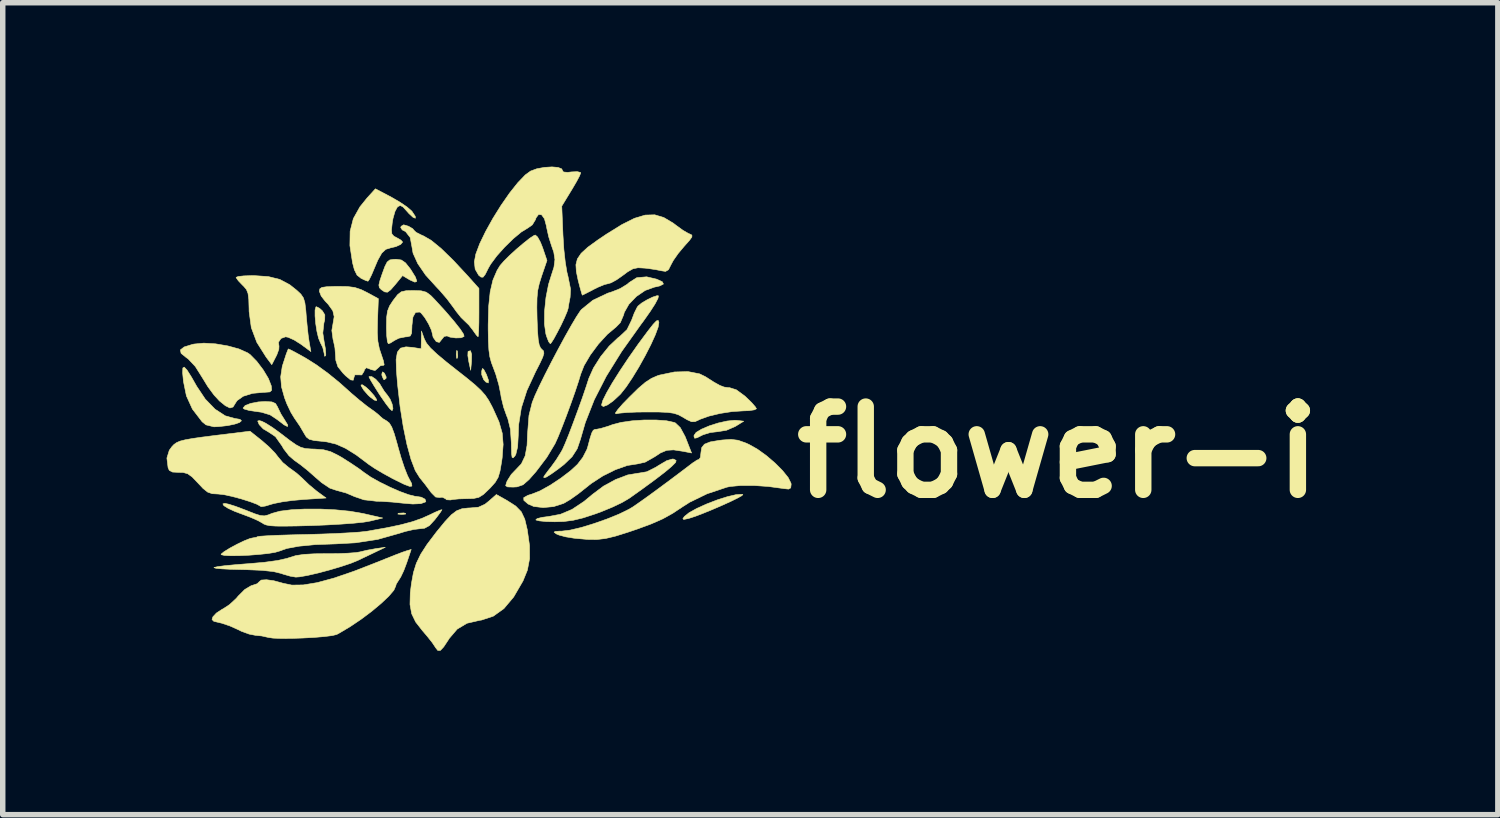
<source format=kicad_pcb>
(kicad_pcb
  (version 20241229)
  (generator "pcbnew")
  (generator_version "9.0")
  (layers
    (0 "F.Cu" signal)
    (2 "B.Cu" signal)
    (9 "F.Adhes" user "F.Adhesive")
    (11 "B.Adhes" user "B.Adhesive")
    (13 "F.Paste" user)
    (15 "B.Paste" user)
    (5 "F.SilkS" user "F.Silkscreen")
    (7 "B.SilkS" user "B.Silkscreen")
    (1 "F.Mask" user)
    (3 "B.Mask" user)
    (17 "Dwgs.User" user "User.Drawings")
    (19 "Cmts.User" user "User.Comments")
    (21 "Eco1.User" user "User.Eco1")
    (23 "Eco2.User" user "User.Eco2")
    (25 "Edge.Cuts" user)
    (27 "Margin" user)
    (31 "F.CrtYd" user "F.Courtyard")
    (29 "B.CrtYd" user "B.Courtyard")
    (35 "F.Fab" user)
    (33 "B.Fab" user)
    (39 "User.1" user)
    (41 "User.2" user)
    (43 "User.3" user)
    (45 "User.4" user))
  (footprint "flower-i"
    (layer "F.Cu")
    (at 5.717 4.427)
    (property "Reference" "flower-i" (at 10.6 0.8 0) (layer "F.SilkS") (effects (font (size 1.524 1.524) (thickness 0.3))))
    (attr through_hole)
    (fp_poly (pts (xy -1.731 -0.647) (xy -1.698 -0.578) (xy -1.7 -0.551) (xy -1.734 -0.525) (xy -1.747 -0.534) (xy -1.775 -0.6) (xy -1.778 -0.629) (xy -1.765 -0.67) (xy -1.731 -0.647)) (stroke (width 0.01) (type solid)) (fill yes) (layer "F.SilkS"))
    (fp_poly (pts (xy -1.343 1.92) (xy -1.342 1.933) (xy -1.408 1.939) (xy -1.418 1.939) (xy -1.484 1.933) (xy -1.478 1.92) (xy -1.47 1.918) (xy -1.378 1.912) (xy -1.343 1.92)) (stroke (width 0.01) (type solid)) (fill yes) (layer "F.SilkS"))
    (fp_poly (pts (xy -0.396 -1.054) (xy -0.394 -1.047) (xy -0.388 -0.955) (xy -0.396 -0.92) (xy -0.409 -0.919) (xy -0.415 -0.985) (xy -0.415 -0.995) (xy -0.409 -1.06) (xy -0.396 -1.054)) (stroke (width 0.01) (type solid)) (fill yes) (layer "F.SilkS"))
    (fp_poly (pts (xy -0.134 -0.992) (xy -0.136 -0.861) (xy -0.151 -0.699) (xy -0.186 -0.859) (xy -0.203 -0.968) (xy -0.2 -1.039) (xy -0.196 -1.046) (xy -0.154 -1.057) (xy -0.134 -0.992)) (stroke (width 0.01) (type solid)) (fill yes) (layer "F.SilkS"))
    (fp_poly (pts (xy 0.086 -0.718) (xy 0.13 -0.635) (xy 0.137 -0.621) (xy 0.175 -0.516) (xy 0.171 -0.467) (xy 0.127 -0.484) (xy 0.087 -0.527) (xy 0.051 -0.617) (xy 0.05 -0.682) (xy 0.063 -0.731) (xy 0.086 -0.718)) (stroke (width 0.01) (type solid)) (fill yes) (layer "F.SilkS"))
    (fp_poly (pts (xy -2.066 -0.388) (xy -2.002 -0.329) (xy -1.92 -0.236) (xy -1.875 -0.167) (xy -1.873 -0.144) (xy -1.917 -0.154) (xy -1.994 -0.212) (xy -2.03 -0.246) (xy -2.11 -0.338) (xy -2.155 -0.413) (xy -2.159 -0.43) (xy -2.133 -0.434) (xy -2.066 -0.388)) (stroke (width 0.01) (type solid)) (fill yes) (layer "F.SilkS"))
    (fp_poly (pts (xy 4.721 0.218) (xy 4.847 0.233) (xy 4.694 0.328) (xy 4.531 0.399) (xy 4.377 0.424) (xy 4.232 0.441) (xy 4.101 0.482) (xy 4.091 0.487) (xy 3.993 0.536) (xy 3.949 0.545) (xy 3.937 0.515) (xy 3.937 0.493) (xy 3.975 0.439) (xy 4.076 0.378) (xy 4.218 0.318) (xy 4.38 0.266) (xy 4.542 0.23) (xy 4.681 0.216) (xy 4.721 0.218)) (stroke (width 0.01) (type solid)) (fill yes) (layer "F.SilkS"))
    (fp_poly (pts (xy -1.888 -0.534) (xy -1.818 -0.455) (xy -1.799 -0.422) (xy -1.734 -0.316) (xy -1.675 -0.242) (xy -1.626 -0.17) (xy -1.589 -0.08) (xy -1.574 -0.000282) (xy -1.588 0.039) (xy -1.593 0.039) (xy -1.632 0.005) (xy -1.702 -0.085) (xy -1.791 -0.213) (xy -1.827 -0.267) (xy -1.915 -0.406) (xy -1.98 -0.514) (xy -2.012 -0.575) (xy -2.013 -0.583) (xy -1.962 -0.584) (xy -1.888 -0.534)) (stroke (width 0.01) (type solid)) (fill yes) (layer "F.SilkS"))
    (fp_poly (pts (xy 4.831 1.575) (xy 4.813 1.596) (xy 4.734 1.64) (xy 4.608 1.702) (xy 4.451 1.773) (xy 4.282 1.846) (xy 4.114 1.915) (xy 3.966 1.972) (xy 3.853 2.009) (xy 3.831 2.015) (xy 3.748 2.032) (xy 3.733 2.017) (xy 3.761 1.977) (xy 3.848 1.907) (xy 3.991 1.828) (xy 4.169 1.748) (xy 4.361 1.674) (xy 4.547 1.615) (xy 4.705 1.578) (xy 4.814 1.571) (xy 4.831 1.575)) (stroke (width 0.01) (type solid)) (fill yes) (layer "F.SilkS"))
    (fp_poly (pts (xy -3.79 -0.12) (xy -3.724 -0.091) (xy -3.685 -0.026) (xy -3.681 -0.016) (xy -3.625 0.1) (xy -3.552 0.217) (xy -3.499 0.304) (xy -3.505 0.331) (xy -3.568 0.299) (xy -3.685 0.209) (xy -3.687 0.207) (xy -3.823 0.117) (xy -3.98 0.069) (xy -4.079 0.055) (xy -4.208 0.036) (xy -4.295 0.011) (xy -4.318 -0.007) (xy -4.279 -0.054) (xy -4.178 -0.093) (xy -4.037 -0.12) (xy -3.912 -0.127) (xy -3.79 -0.12)) (stroke (width 0.01) (type solid)) (fill yes) (layer "F.SilkS"))
    (fp_poly (pts (xy -2.918 -1.834) (xy -2.865 -1.786) (xy -2.821 -1.713) (xy -2.823 -1.621) (xy -2.838 -1.564) (xy -2.858 -1.382) (xy -2.833 -1.218) (xy -2.81 -1.09) (xy -2.803 -0.991) (xy -2.808 -0.964) (xy -2.825 -0.956) (xy -2.833 -1.007) (xy -2.859 -1.117) (xy -2.901 -1.202) (xy -2.936 -1.286) (xy -2.966 -1.412) (xy -2.988 -1.555) (xy -3 -1.693) (xy -3 -1.802) (xy -2.984 -1.859) (xy -2.976 -1.863) (xy -2.918 -1.834)) (stroke (width 0.01) (type solid)) (fill yes) (layer "F.SilkS"))
    (fp_poly (pts (xy -5.342 -0.701) (xy -5.26 -0.571) (xy -5.167 -0.407) (xy -5.01 -0.172) (xy -4.832 0.012) (xy -4.645 0.134) (xy -4.475 0.182) (xy -4.374 0.199) (xy -4.347 0.225) (xy -4.382 0.256) (xy -4.469 0.286) (xy -4.596 0.313) (xy -4.754 0.331) (xy -4.85 0.336) (xy -4.997 0.3) (xy -5.067 0.243) (xy -5.245 0.011) (xy -5.355 -0.231) (xy -5.409 -0.496) (xy -5.424 -0.653) (xy -5.42 -0.741) (xy -5.394 -0.757) (xy -5.342 -0.701)) (stroke (width 0.01) (type solid)) (fill yes) (layer "F.SilkS"))
    (fp_poly (pts (xy -1.421 -2.718) (xy -1.346 -2.667) (xy -1.261 -2.561) (xy -1.246 -2.54) (xy -1.162 -2.404) (xy -1.137 -2.328) (xy -1.172 -2.312) (xy -1.267 -2.354) (xy -1.273 -2.358) (xy -1.398 -2.432) (xy -1.527 -2.274) (xy -1.616 -2.172) (xy -1.675 -2.128) (xy -1.726 -2.134) (xy -1.785 -2.173) (xy -1.822 -2.21) (xy -1.832 -2.259) (xy -1.812 -2.343) (xy -1.775 -2.453) (xy -1.722 -2.598) (xy -1.68 -2.681) (xy -1.632 -2.719) (xy -1.562 -2.73) (xy -1.511 -2.731) (xy -1.421 -2.718)) (stroke (width 0.01) (type solid)) (fill yes) (layer "F.SilkS"))
    (fp_poly (pts (xy 3.294 -1.576) (xy 3.28 -1.488) (xy 3.228 -1.347) (xy 3.146 -1.167) (xy 3.043 -0.966) (xy 2.928 -0.759) (xy 2.809 -0.564) (xy 2.696 -0.395) (xy 2.597 -0.27) (xy 2.581 -0.253) (xy 2.458 -0.139) (xy 2.352 -0.064) (xy 2.276 -0.035) (xy 2.244 -0.059) (xy 2.244 -0.065) (xy 2.268 -0.148) (xy 2.337 -0.287) (xy 2.443 -0.471) (xy 2.58 -0.688) (xy 2.74 -0.928) (xy 2.916 -1.179) (xy 3.091 -1.415) (xy 3.189 -1.54) (xy 3.249 -1.603) (xy 3.281 -1.612) (xy 3.294 -1.576)) (stroke (width 0.01) (type solid)) (fill yes) (layer "F.SilkS"))
    (fp_poly (pts (xy -4.82 -1.183) (xy -4.596 -1.145) (xy -4.392 -1.089) (xy -4.234 -1.018) (xy -4.189 -0.987) (xy -4.067 -0.863) (xy -3.949 -0.707) (xy -3.854 -0.549) (xy -3.802 -0.416) (xy -3.801 -0.409) (xy -3.794 -0.335) (xy -3.827 -0.303) (xy -3.921 -0.296) (xy -3.932 -0.296) (xy -4.143 -0.277) (xy -4.314 -0.224) (xy -4.427 -0.144) (xy -4.454 -0.103) (xy -4.501 -0.027) (xy -4.558 -0.009) (xy -4.641 -0.05) (xy -4.75 -0.138) (xy -4.85 -0.247) (xy -4.962 -0.399) (xy -5.06 -0.559) (xy -5.192 -0.769) (xy -5.323 -0.908) (xy -5.36 -0.934) (xy -5.452 -1.009) (xy -5.465 -1.072) (xy -5.396 -1.126) (xy -5.244 -1.173) (xy -5.216 -1.179) (xy -5.036 -1.196) (xy -4.82 -1.183)) (stroke (width 0.01) (type solid)) (fill yes) (layer "F.SilkS"))
    (fp_poly (pts (xy 3.568 0.928) (xy 3.61 0.952) (xy 3.599 0.989) (xy 3.528 1.06) (xy 3.526 1.062) (xy 3.402 1.166) (xy 3.219 1.306) (xy 2.99 1.474) (xy 2.748 1.646) (xy 2.622 1.72) (xy 2.444 1.805) (xy 2.243 1.888) (xy 2.135 1.928) (xy 1.906 2.003) (xy 1.723 2.047) (xy 1.553 2.069) (xy 1.389 2.074) (xy 1.232 2.07) (xy 1.109 2.058) (xy 1.045 2.042) (xy 1.041 2.038) (xy 1.067 2.015) (xy 1.157 1.993) (xy 1.271 1.978) (xy 1.492 1.937) (xy 1.703 1.848) (xy 1.923 1.702) (xy 2.082 1.57) (xy 2.281 1.421) (xy 2.503 1.3) (xy 2.722 1.217) (xy 2.912 1.185) (xy 2.917 1.185) (xy 3.071 1.159) (xy 3.239 1.075) (xy 3.287 1.044) (xy 3.436 0.956) (xy 3.542 0.925) (xy 3.568 0.928)) (stroke (width 0.01) (type solid)) (fill yes) (layer "F.SilkS"))
    (fp_poly (pts (xy -4.581 1.752) (xy -4.457 1.791) (xy -4.303 1.849) (xy -4.266 1.863) (xy -4.108 1.926) (xy -4.004 1.959) (xy -3.929 1.966) (xy -3.859 1.949) (xy -3.785 1.919) (xy -3.642 1.88) (xy -3.434 1.854) (xy -3.183 1.841) (xy -2.907 1.841) (xy -2.627 1.855) (xy -2.362 1.881) (xy -2.131 1.921) (xy -2.119 1.923) (xy -1.761 2.005) (xy -1.992 2.061) (xy -2.108 2.081) (xy -2.29 2.1) (xy -2.521 2.117) (xy -2.783 2.132) (xy -3.048 2.143) (xy -3.339 2.151) (xy -3.557 2.154) (xy -3.714 2.153) (xy -3.823 2.146) (xy -3.895 2.132) (xy -3.942 2.113) (xy -3.958 2.101) (xy -4.043 2.053) (xy -4.177 1.994) (xy -4.301 1.947) (xy -4.465 1.886) (xy -4.591 1.828) (xy -4.669 1.779) (xy -4.687 1.747) (xy -4.651 1.737) (xy -4.581 1.752)) (stroke (width 0.01) (type solid)) (fill yes) (layer "F.SilkS"))
    (fp_poly (pts (xy -1.29 -3.336) (xy -1.29 -3.336) (xy -1.213 -3.291) (xy -1.185 -3.257) (xy -1.15 -3.224) (xy -1.06 -3.178) (xy -1.014 -3.158) (xy -0.874 -3.077) (xy -0.693 -2.929) (xy -0.47 -2.712) (xy -0.203 -2.425) (xy -0.18 -2.399) (xy 0 -2.198) (xy 0 -1.755) (xy -0.001 -1.573) (xy -0.005 -1.427) (xy -0.011 -1.335) (xy -0.016 -1.312) (xy -0.048 -1.344) (xy -0.103 -1.421) (xy -0.108 -1.429) (xy -0.186 -1.529) (xy -0.26 -1.6) (xy -0.327 -1.665) (xy -0.414 -1.774) (xy -0.471 -1.854) (xy -0.584 -2.005) (xy -0.719 -2.162) (xy -0.781 -2.227) (xy -0.976 -2.442) (xy -1.12 -2.652) (xy -1.206 -2.842) (xy -1.228 -2.968) (xy -1.258 -3.129) (xy -1.343 -3.238) (xy -1.404 -3.269) (xy -1.432 -3.312) (xy -1.424 -3.335) (xy -1.378 -3.362) (xy -1.29 -3.336)) (stroke (width 0.01) (type solid)) (fill yes) (layer "F.SilkS"))
    (fp_poly (pts (xy -4.117 -2.432) (xy -3.854 -2.414) (xy -3.645 -2.362) (xy -3.463 -2.265) (xy -3.337 -2.165) (xy -3.26 -2.093) (xy -3.213 -2.024) (xy -3.186 -1.934) (xy -3.169 -1.796) (xy -3.162 -1.705) (xy -3.145 -1.52) (xy -3.126 -1.343) (xy -3.107 -1.213) (xy -3.106 -1.208) (xy -3.076 -1.041) (xy -3.261 -1.177) (xy -3.383 -1.254) (xy -3.492 -1.303) (xy -3.539 -1.312) (xy -3.623 -1.282) (xy -3.67 -1.212) (xy -3.66 -1.14) (xy -3.663 -1.083) (xy -3.699 -0.984) (xy -3.715 -0.952) (xy -3.792 -0.802) (xy -3.896 -0.941) (xy -4.066 -1.211) (xy -4.167 -1.48) (xy -4.207 -1.774) (xy -4.208 -1.827) (xy -4.213 -1.996) (xy -4.227 -2.105) (xy -4.256 -2.178) (xy -4.308 -2.239) (xy -4.329 -2.259) (xy -4.404 -2.337) (xy -4.444 -2.394) (xy -4.445 -2.4) (xy -4.406 -2.416) (xy -4.303 -2.427) (xy -4.156 -2.432) (xy -4.117 -2.432)) (stroke (width 0.01) (type solid)) (fill yes) (layer "F.SilkS"))
    (fp_poly (pts (xy -1.863 2.612) (xy -1.992 2.674) (xy -2.148 2.748) (xy -2.216 2.781) (xy -2.348 2.835) (xy -2.529 2.895) (xy -2.735 2.956) (xy -2.945 3.012) (xy -3.136 3.056) (xy -3.285 3.082) (xy -3.352 3.087) (xy -3.454 3.07) (xy -3.586 3.032) (xy -3.619 3.02) (xy -3.759 2.986) (xy -3.97 2.963) (xy -4.257 2.951) (xy -4.346 2.949) (xy -4.546 2.944) (xy -4.706 2.936) (xy -4.812 2.926) (xy -4.85 2.914) (xy -4.848 2.911) (xy -4.787 2.896) (xy -4.659 2.879) (xy -4.481 2.862) (xy -4.272 2.845) (xy -4.227 2.842) (xy -3.93 2.816) (xy -3.688 2.783) (xy -3.513 2.744) (xy -3.471 2.73) (xy -3.351 2.693) (xy -3.204 2.671) (xy -3.009 2.66) (xy -2.794 2.658) (xy -2.586 2.657) (xy -2.398 2.649) (xy -2.252 2.638) (xy -2.18 2.626) (xy -2.05 2.595) (xy -1.901 2.568) (xy -1.884 2.565) (xy -1.714 2.541) (xy -1.863 2.612)) (stroke (width 0.01) (type solid)) (fill yes) (layer "F.SilkS"))
    (fp_poly (pts (xy -1.602 -3.867) (xy -1.449 -3.778) (xy -1.316 -3.688) (xy -1.231 -3.614) (xy -1.225 -3.607) (xy -1.166 -3.518) (xy -1.164 -3.482) (xy -1.206 -3.499) (xy -1.283 -3.57) (xy -1.31 -3.601) (xy -1.389 -3.688) (xy -1.44 -3.716) (xy -1.483 -3.695) (xy -1.496 -3.683) (xy -1.537 -3.606) (xy -1.573 -3.479) (xy -1.587 -3.398) (xy -1.601 -3.268) (xy -1.594 -3.195) (xy -1.557 -3.153) (xy -1.507 -3.127) (xy -1.427 -3.081) (xy -1.397 -3.046) (xy -1.433 -3.003) (xy -1.52 -2.963) (xy -1.618 -2.94) (xy -1.705 -2.913) (xy -1.779 -2.844) (xy -1.851 -2.716) (xy -1.908 -2.582) (xy -1.963 -2.452) (xy -2.008 -2.361) (xy -2.031 -2.329) (xy -2.081 -2.346) (xy -2.159 -2.383) (xy -2.231 -2.44) (xy -2.28 -2.539) (xy -2.314 -2.668) (xy -2.362 -2.982) (xy -2.358 -3.245) (xy -2.299 -3.475) (xy -2.179 -3.69) (xy -2.047 -3.854) (xy -1.895 -4.021) (xy -1.602 -3.867)) (stroke (width 0.01) (type solid)) (fill yes) (layer "F.SilkS"))
    (fp_poly (pts (xy 4.038 -0.634) (xy 4.145 -0.582) (xy 4.3 -0.483) (xy 4.407 -0.423) (xy 4.487 -0.392) (xy 4.56 -0.382) (xy 4.584 -0.382) (xy 4.711 -0.342) (xy 4.87 -0.225) (xy 4.89 -0.206) (xy 4.991 -0.108) (xy 5.059 -0.03) (xy 5.08 0.005) (xy 5.042 0.025) (xy 4.942 0.04) (xy 4.837 0.044) (xy 4.634 0.057) (xy 4.414 0.091) (xy 4.21 0.14) (xy 4.053 0.196) (xy 4.032 0.206) (xy 3.956 0.241) (xy 3.893 0.243) (xy 3.812 0.207) (xy 3.725 0.155) (xy 3.65 0.115) (xy 3.567 0.088) (xy 3.457 0.072) (xy 3.3 0.065) (xy 3.09 0.064) (xy 2.887 0.066) (xy 2.707 0.074) (xy 2.572 0.086) (xy 2.509 0.098) (xy 2.497 0.085) (xy 2.54 0.023) (xy 2.631 -0.082) (xy 2.753 -0.207) (xy 2.918 -0.369) (xy 3.047 -0.479) (xy 3.158 -0.551) (xy 3.268 -0.599) (xy 3.31 -0.612) (xy 3.577 -0.668) (xy 3.826 -0.675) (xy 4.038 -0.634)) (stroke (width 0.01) (type solid)) (fill yes) (layer "F.SilkS"))
    (fp_poly (pts (xy 3.286 -2.062) (xy 3.277 -2.015) (xy 3.224 -1.914) (xy 3.133 -1.773) (xy 3.014 -1.604) (xy 2.961 -1.533) (xy 2.613 -1.044) (xy 2.331 -0.59) (xy 2.111 -0.16) (xy 1.947 0.257) (xy 1.858 0.564) (xy 1.799 0.737) (xy 1.705 0.883) (xy 1.559 1.024) (xy 1.455 1.105) (xy 1.315 1.205) (xy 1.231 1.257) (xy 1.192 1.268) (xy 1.185 1.255) (xy 1.209 1.216) (xy 1.271 1.133) (xy 1.317 1.075) (xy 1.416 0.938) (xy 1.506 0.793) (xy 1.529 0.752) (xy 1.576 0.646) (xy 1.644 0.479) (xy 1.723 0.271) (xy 1.808 0.041) (xy 1.892 -0.192) (xy 1.966 -0.409) (xy 2.012 -0.552) (xy 2.097 -0.742) (xy 2.228 -0.949) (xy 2.384 -1.142) (xy 2.542 -1.291) (xy 2.573 -1.314) (xy 2.711 -1.444) (xy 2.794 -1.615) (xy 2.843 -1.745) (xy 2.894 -1.848) (xy 2.912 -1.875) (xy 2.979 -1.93) (xy 3.078 -1.989) (xy 3.181 -2.039) (xy 3.261 -2.065) (xy 3.286 -2.062)) (stroke (width 0.01) (type solid)) (fill yes) (layer "F.SilkS"))
    (fp_poly (pts (xy 3.384 -3.495) (xy 3.554 -3.394) (xy 3.62 -3.344) (xy 3.732 -3.263) (xy 3.831 -3.205) (xy 3.858 -3.194) (xy 3.898 -3.174) (xy 3.898 -3.139) (xy 3.852 -3.075) (xy 3.758 -2.97) (xy 3.649 -2.84) (xy 3.558 -2.71) (xy 3.516 -2.632) (xy 3.469 -2.539) (xy 3.416 -2.509) (xy 3.348 -2.519) (xy 3.238 -2.541) (xy 3.092 -2.563) (xy 3.036 -2.569) (xy 2.912 -2.576) (xy 2.819 -2.557) (xy 2.721 -2.501) (xy 2.637 -2.438) (xy 2.519 -2.355) (xy 2.418 -2.3) (xy 2.37 -2.286) (xy 2.293 -2.267) (xy 2.176 -2.218) (xy 2.1 -2.18) (xy 1.987 -2.121) (xy 1.911 -2.083) (xy 1.892 -2.074) (xy 1.879 -2.112) (xy 1.851 -2.211) (xy 1.816 -2.346) (xy 1.783 -2.505) (xy 1.775 -2.631) (xy 1.802 -2.738) (xy 1.871 -2.84) (xy 1.991 -2.95) (xy 2.17 -3.08) (xy 2.336 -3.192) (xy 2.615 -3.365) (xy 2.846 -3.481) (xy 3.043 -3.54) (xy 3.218 -3.545) (xy 3.384 -3.495)) (stroke (width 0.01) (type solid)) (fill yes) (layer "F.SilkS"))
    (fp_poly (pts (xy 0.518 1.687) (xy 0.674 1.787) (xy 0.775 1.891) (xy 0.839 2.027) (xy 0.885 2.22) (xy 0.885 2.221) (xy 0.926 2.511) (xy 0.927 2.749) (xy 0.887 2.959) (xy 0.806 3.158) (xy 0.636 3.45) (xy 0.457 3.663) (xy 0.263 3.802) (xy 0.048 3.873) (xy 0.013 3.878) (xy -0.22 3.932) (xy -0.397 4.038) (xy -0.542 4.207) (xy -0.557 4.231) (xy -0.645 4.364) (xy -0.706 4.429) (xy -0.753 4.43) (xy -0.796 4.375) (xy -0.805 4.36) (xy -0.856 4.284) (xy -0.945 4.172) (xy -1.037 4.064) (xy -1.158 3.909) (xy -1.231 3.758) (xy -1.262 3.588) (xy -1.257 3.376) (xy -1.235 3.201) (xy -1.199 3.004) (xy -1.146 2.834) (xy -1.066 2.668) (xy -0.949 2.487) (xy -0.783 2.268) (xy -0.764 2.244) (xy -0.617 2.065) (xy -0.504 1.945) (xy -0.407 1.872) (xy -0.31 1.835) (xy -0.198 1.822) (xy -0.16 1.821) (xy -0.008 1.807) (xy 0.11 1.753) (xy 0.179 1.698) (xy 0.319 1.575) (xy 0.518 1.687)) (stroke (width 0.01) (type solid)) (fill yes) (layer "F.SilkS"))
    (fp_poly (pts (xy -2.408 -2.232) (xy -2.274 -2.215) (xy -2.157 -2.176) (xy -2.053 -2.125) (xy -1.841 -2.01) (xy -1.856 -1.608) (xy -1.86 -1.391) (xy -1.85 -1.229) (xy -1.823 -1.094) (xy -1.786 -0.984) (xy -1.748 -0.87) (xy -1.735 -0.8) (xy -1.746 -0.79) (xy -1.803 -0.783) (xy -1.844 -0.744) (xy -1.901 -0.695) (xy -1.973 -0.711) (xy -1.989 -0.719) (xy -2.061 -0.746) (xy -2.095 -0.71) (xy -2.104 -0.679) (xy -2.145 -0.614) (xy -2.207 -0.615) (xy -2.272 -0.615) (xy -2.286 -0.574) (xy -2.301 -0.517) (xy -2.35 -0.524) (xy -2.439 -0.597) (xy -2.489 -0.648) (xy -2.582 -0.764) (xy -2.62 -0.881) (xy -2.625 -0.959) (xy -2.636 -1.108) (xy -2.665 -1.246) (xy -2.67 -1.26) (xy -2.693 -1.428) (xy -2.672 -1.548) (xy -2.65 -1.68) (xy -2.675 -1.789) (xy -2.758 -1.905) (xy -2.816 -1.966) (xy -2.888 -2.059) (xy -2.921 -2.145) (xy -2.921 -2.15) (xy -2.912 -2.191) (xy -2.874 -2.216) (xy -2.79 -2.228) (xy -2.643 -2.234) (xy -2.593 -2.235) (xy -2.408 -2.232)) (stroke (width 0.01) (type solid)) (fill yes) (layer "F.SilkS"))
    (fp_poly (pts (xy -1.059 -2.154) (xy -0.965 -2.129) (xy -0.882 -2.068) (xy -0.81 -1.994) (xy -0.612 -1.778) (xy -0.455 -1.595) (xy -0.342 -1.452) (xy -0.28 -1.357) (xy -0.272 -1.318) (xy -0.327 -1.294) (xy -0.426 -1.291) (xy -0.53 -1.306) (xy -0.584 -1.328) (xy -0.637 -1.319) (xy -0.678 -1.268) (xy -0.725 -1.209) (xy -0.776 -1.222) (xy -0.786 -1.23) (xy -0.838 -1.303) (xy -0.847 -1.34) (xy -0.868 -1.43) (xy -0.922 -1.548) (xy -0.991 -1.663) (xy -1.058 -1.746) (xy -1.086 -1.765) (xy -1.16 -1.759) (xy -1.208 -1.675) (xy -1.227 -1.515) (xy -1.227 -1.492) (xy -1.232 -1.379) (xy -1.257 -1.327) (xy -1.316 -1.312) (xy -1.344 -1.311) (xy -1.464 -1.287) (xy -1.543 -1.247) (xy -1.619 -1.199) (xy -1.659 -1.185) (xy -1.676 -1.224) (xy -1.688 -1.327) (xy -1.693 -1.472) (xy -1.693 -1.496) (xy -1.69 -1.667) (xy -1.673 -1.784) (xy -1.635 -1.879) (xy -1.568 -1.981) (xy -1.566 -1.983) (xy -1.488 -2.084) (xy -1.421 -2.136) (xy -1.332 -2.156) (xy -1.201 -2.159) (xy -1.059 -2.154)) (stroke (width 0.01) (type solid)) (fill yes) (layer "F.SilkS"))
    (fp_poly (pts (xy -3.971 0.591) (xy -3.844 0.702) (xy -3.736 0.812) (xy -3.679 0.885) (xy -3.593 0.988) (xy -3.478 1.083) (xy -3.464 1.092) (xy -3.338 1.184) (xy -3.223 1.287) (xy -3.217 1.294) (xy -3.113 1.394) (xy -2.986 1.5) (xy -2.955 1.524) (xy -2.798 1.639) (xy -3.214 1.666) (xy -3.415 1.684) (xy -3.605 1.71) (xy -3.753 1.74) (xy -3.8 1.753) (xy -3.909 1.786) (xy -3.98 1.797) (xy -3.992 1.794) (xy -4.062 1.754) (xy -4.189 1.706) (xy -4.35 1.655) (xy -4.518 1.61) (xy -4.668 1.578) (xy -4.772 1.566) (xy -4.883 1.56) (xy -4.966 1.531) (xy -5.05 1.464) (xy -5.142 1.366) (xy -5.249 1.254) (xy -5.331 1.195) (xy -5.413 1.172) (xy -5.495 1.17) (xy -5.61 1.164) (xy -5.668 1.133) (xy -5.69 1.085) (xy -5.712 0.908) (xy -5.668 0.765) (xy -5.62 0.699) (xy -5.581 0.658) (xy -5.536 0.626) (xy -5.472 0.598) (xy -5.379 0.574) (xy -5.245 0.55) (xy -5.057 0.523) (xy -4.805 0.491) (xy -4.582 0.464) (xy -4.191 0.416) (xy -3.971 0.591)) (stroke (width 0.01) (type solid)) (fill yes) (layer "F.SilkS"))
    (fp_poly (pts (xy 3.434 0.225) (xy 3.572 0.255) (xy 3.596 0.265) (xy 3.686 0.351) (xy 3.774 0.514) (xy 3.795 0.566) (xy 3.892 0.815) (xy 3.734 0.784) (xy 3.563 0.758) (xy 3.437 0.766) (xy 3.321 0.815) (xy 3.217 0.884) (xy 3.04 0.984) (xy 2.894 1.016) (xy 2.713 1.044) (xy 2.497 1.121) (xy 2.269 1.234) (xy 2.054 1.374) (xy 1.964 1.446) (xy 1.817 1.563) (xy 1.668 1.668) (xy 1.549 1.738) (xy 1.545 1.739) (xy 1.367 1.796) (xy 1.176 1.814) (xy 1.004 1.794) (xy 0.9 1.749) (xy 0.822 1.682) (xy 0.82 1.632) (xy 0.896 1.59) (xy 0.97 1.567) (xy 1.119 1.508) (xy 1.304 1.405) (xy 1.499 1.276) (xy 1.681 1.137) (xy 1.803 1.024) (xy 1.902 0.895) (xy 1.977 0.749) (xy 1.992 0.702) (xy 2.035 0.541) (xy 2.066 0.446) (xy 2.093 0.398) (xy 2.126 0.382) (xy 2.151 0.381) (xy 2.229 0.366) (xy 2.353 0.329) (xy 2.445 0.296) (xy 2.601 0.255) (xy 2.803 0.226) (xy 3.025 0.211) (xy 3.243 0.211) (xy 3.434 0.225)) (stroke (width 0.01) (type solid)) (fill yes) (layer "F.SilkS"))
    (fp_poly (pts (xy -0.701 1.894) (xy -0.763 1.978) (xy -0.808 2.036) (xy -0.906 2.143) (xy -0.995 2.192) (xy -1.076 2.201) (xy -1.193 2.215) (xy -1.348 2.251) (xy -1.461 2.286) (xy -1.854 2.397) (xy -2.26 2.459) (xy -2.625 2.479) (xy -2.993 2.492) (xy -3.293 2.521) (xy -3.52 2.563) (xy -3.654 2.611) (xy -3.733 2.634) (xy -3.863 2.655) (xy -4.027 2.672) (xy -4.207 2.686) (xy -4.384 2.694) (xy -4.54 2.696) (xy -4.657 2.69) (xy -4.717 2.677) (xy -4.72 2.667) (xy -4.666 2.622) (xy -4.561 2.557) (xy -4.429 2.486) (xy -4.298 2.423) (xy -4.192 2.381) (xy -4.148 2.371) (xy -4.074 2.358) (xy -4.055 2.347) (xy -4.007 2.339) (xy -3.888 2.331) (xy -3.71 2.322) (xy -3.487 2.315) (xy -3.231 2.308) (xy -3.169 2.307) (xy -2.888 2.299) (xy -2.619 2.289) (xy -2.379 2.276) (xy -2.186 2.263) (xy -2.059 2.249) (xy -2.053 2.248) (xy -1.713 2.188) (xy -1.443 2.132) (xy -1.227 2.075) (xy -1.051 2.014) (xy -0.927 1.959) (xy -0.801 1.899) (xy -0.711 1.861) (xy -0.677 1.853) (xy -0.701 1.894)) (stroke (width 0.01) (type solid)) (fill yes) (layer "F.SilkS"))
    (fp_poly (pts (xy -0.999 -1.27) (xy -0.96 -1.195) (xy -0.886 -1.106) (xy -0.768 -0.995) (xy -0.596 -0.851) (xy -0.42 -0.712) (xy -0.218 -0.553) (xy -0.07 -0.431) (xy 0.036 -0.332) (xy 0.115 -0.243) (xy 0.178 -0.149) (xy 0.239 -0.036) (xy 0.26 0.007) (xy 0.367 0.245) (xy 0.426 0.451) (xy 0.443 0.659) (xy 0.425 0.904) (xy 0.415 0.974) (xy 0.386 1.144) (xy 0.352 1.26) (xy 0.298 1.352) (xy 0.211 1.45) (xy 0.19 1.471) (xy 0.083 1.573) (xy -0.003 1.627) (xy -0.101 1.648) (xy -0.224 1.651) (xy -0.366 1.655) (xy -0.479 1.666) (xy -0.521 1.675) (xy -0.592 1.671) (xy -0.613 1.652) (xy -0.672 1.624) (xy -0.719 1.63) (xy -0.793 1.621) (xy -0.873 1.541) (xy -0.892 1.515) (xy -0.983 1.392) (xy -1.075 1.278) (xy -1.082 1.27) (xy -1.165 1.137) (xy -1.244 0.93) (xy -1.318 0.659) (xy -1.385 0.334) (xy -1.443 -0.033) (xy -1.489 -0.434) (xy -1.51 -0.69) (xy -1.516 -0.896) (xy -1.493 -1.031) (xy -1.436 -1.104) (xy -1.336 -1.128) (xy -1.217 -1.118) (xy -1.058 -1.093) (xy -1.055 -1.256) (xy -1.052 -1.418) (xy -0.999 -1.27)) (stroke (width 0.01) (type solid)) (fill yes) (layer "F.SilkS"))
    (fp_poly (pts (xy -3.975 0.234) (xy -3.895 0.275) (xy -3.774 0.352) (xy -3.636 0.452) (xy -3.622 0.463) (xy -3.463 0.585) (xy -3.35 0.664) (xy -3.263 0.71) (xy -3.18 0.733) (xy -3.08 0.741) (xy -2.996 0.744) (xy -2.844 0.756) (xy -2.715 0.791) (xy -2.571 0.862) (xy -2.488 0.911) (xy -2.336 1.008) (xy -2.195 1.103) (xy -2.1 1.174) (xy -1.981 1.256) (xy -1.817 1.348) (xy -1.632 1.439) (xy -1.447 1.52) (xy -1.285 1.579) (xy -1.169 1.608) (xy -1.151 1.609) (xy -1.055 1.624) (xy -0.987 1.66) (xy -0.972 1.701) (xy -0.98 1.712) (xy -1.064 1.742) (xy -1.212 1.749) (xy -1.397 1.733) (xy -1.582 1.714) (xy -1.787 1.7) (xy -1.878 1.698) (xy -2.105 1.672) (xy -2.28 1.612) (xy -2.427 1.549) (xy -2.581 1.506) (xy -2.596 1.503) (xy -2.728 1.459) (xy -2.877 1.36) (xy -3 1.254) (xy -3.137 1.133) (xy -3.27 1.027) (xy -3.37 0.956) (xy -3.376 0.952) (xy -3.476 0.866) (xy -3.573 0.741) (xy -3.605 0.685) (xy -3.725 0.516) (xy -3.84 0.438) (xy -3.948 0.374) (xy -4.022 0.296) (xy -4.024 0.292) (xy -4.05 0.229) (xy -4.019 0.222) (xy -3.975 0.234)) (stroke (width 0.01) (type solid)) (fill yes) (layer "F.SilkS"))
    (fp_poly (pts (xy -3.454 -1.075) (xy -3.361 -1.027) (xy -3.229 -0.954) (xy -3.154 -0.911) (xy -2.969 -0.794) (xy -2.76 -0.641) (xy -2.563 -0.481) (xy -2.496 -0.422) (xy -2.339 -0.281) (xy -2.186 -0.151) (xy -2.058 -0.049) (xy -2.006 -0.011) (xy -1.902 0.063) (xy -1.83 0.122) (xy -1.815 0.138) (xy -1.76 0.186) (xy -1.692 0.226) (xy -1.641 0.266) (xy -1.596 0.34) (xy -1.55 0.463) (xy -1.496 0.65) (xy -1.482 0.703) (xy -1.425 0.902) (xy -1.364 1.086) (xy -1.307 1.23) (xy -1.279 1.285) (xy -1.232 1.374) (xy -1.227 1.421) (xy -1.269 1.426) (xy -1.367 1.389) (xy -1.528 1.31) (xy -1.591 1.278) (xy -1.753 1.189) (xy -1.902 1.101) (xy -2.007 1.031) (xy -2.015 1.025) (xy -2.248 0.85) (xy -2.441 0.73) (xy -2.614 0.653) (xy -2.783 0.612) (xy -2.866 0.602) (xy -3.016 0.587) (xy -3.106 0.564) (xy -3.16 0.522) (xy -3.204 0.449) (xy -3.204 0.449) (xy -3.279 0.321) (xy -3.367 0.192) (xy -3.372 0.186) (xy -3.441 0.073) (xy -3.515 -0.082) (xy -3.558 -0.195) (xy -3.614 -0.395) (xy -3.629 -0.579) (xy -3.6 -0.772) (xy -3.526 -1) (xy -3.49 -1.09) (xy -3.454 -1.075)) (stroke (width 0.01) (type solid)) (fill yes) (layer "F.SilkS"))
    (fp_poly (pts (xy 1.074 -3.138) (xy 1.126 -3.043) (xy 1.166 -2.942) (xy 1.245 -2.709) (xy 1.147 -2.423) (xy 1.104 -2.285) (xy 1.076 -2.16) (xy 1.063 -2.023) (xy 1.06 -1.849) (xy 1.064 -1.637) (xy 1.073 -1.414) (xy 1.085 -1.262) (xy 1.103 -1.164) (xy 1.128 -1.107) (xy 1.151 -1.083) (xy 1.182 -1.053) (xy 1.189 -1.01) (xy 1.168 -0.939) (xy 1.114 -0.823) (xy 1.036 -0.671) (xy 0.877 -0.327) (xy 0.776 -0.012) (xy 0.727 0.296) (xy 0.72 0.488) (xy 0.708 0.703) (xy 0.675 0.841) (xy 0.658 0.87) (xy 0.626 0.904) (xy 0.607 0.896) (xy 0.598 0.832) (xy 0.594 0.7) (xy 0.593 0.635) (xy 0.576 0.378) (xy 0.527 0.18) (xy 0.508 0.136) (xy 0.452 -0.022) (xy 0.408 -0.202) (xy 0.398 -0.267) (xy 0.364 -0.434) (xy 0.309 -0.624) (xy 0.27 -0.729) (xy 0.228 -0.84) (xy 0.199 -0.947) (xy 0.182 -1.07) (xy 0.173 -1.23) (xy 0.169 -1.448) (xy 0.169 -1.534) (xy 0.178 -1.869) (xy 0.206 -2.136) (xy 0.256 -2.35) (xy 0.332 -2.527) (xy 0.388 -2.618) (xy 0.457 -2.697) (xy 0.562 -2.802) (xy 0.688 -2.917) (xy 0.817 -3.026) (xy 0.929 -3.115) (xy 1.009 -3.167) (xy 1.032 -3.175) (xy 1.074 -3.138)) (stroke (width 0.01) (type solid)) (fill yes) (layer "F.SilkS"))
    (fp_poly (pts (xy 3.253 -2.367) (xy 3.357 -2.319) (xy 3.377 -2.278) (xy 3.312 -2.244) (xy 3.211 -2.221) (xy 3.044 -2.161) (xy 2.881 -2.05) (xy 2.745 -1.908) (xy 2.66 -1.758) (xy 2.649 -1.714) (xy 2.588 -1.571) (xy 2.512 -1.493) (xy 2.351 -1.358) (xy 2.187 -1.179) (xy 2.039 -0.98) (xy 1.924 -0.785) (xy 1.863 -0.63) (xy 1.823 -0.497) (xy 1.761 -0.31) (xy 1.684 -0.092) (xy 1.6 0.136) (xy 1.518 0.349) (xy 1.446 0.527) (xy 1.392 0.646) (xy 1.243 0.894) (xy 1.043 1.158) (xy 0.916 1.302) (xy 0.807 1.397) (xy 0.697 1.435) (xy 0.628 1.439) (xy 0.525 1.436) (xy 0.489 1.414) (xy 0.505 1.355) (xy 0.519 1.323) (xy 0.592 1.207) (xy 0.667 1.129) (xy 0.777 1.013) (xy 0.846 0.868) (xy 0.881 0.675) (xy 0.889 0.474) (xy 0.916 0.127) (xy 0.975 -0.11) (xy 1.025 -0.235) (xy 1.106 -0.411) (xy 1.21 -0.622) (xy 1.328 -0.853) (xy 1.453 -1.09) (xy 1.576 -1.317) (xy 1.69 -1.519) (xy 1.786 -1.681) (xy 1.857 -1.788) (xy 1.877 -1.812) (xy 2.085 -1.981) (xy 2.357 -2.11) (xy 2.444 -2.138) (xy 2.588 -2.196) (xy 2.713 -2.273) (xy 2.751 -2.306) (xy 2.889 -2.394) (xy 3.07 -2.41) (xy 3.253 -2.367)) (stroke (width 0.01) (type solid)) (fill yes) (layer "F.SilkS"))
    (fp_poly (pts (xy -1.322 2.825) (xy -1.376 2.968) (xy -1.431 3.084) (xy -1.464 3.136) (xy -1.513 3.213) (xy -1.524 3.252) (xy -1.558 3.328) (xy -1.651 3.437) (xy -1.791 3.569) (xy -1.963 3.713) (xy -2.155 3.857) (xy -2.355 3.992) (xy -2.548 4.107) (xy -2.603 4.137) (xy -2.684 4.157) (xy -2.828 4.175) (xy -3.015 4.191) (xy -3.223 4.202) (xy -3.432 4.209) (xy -3.621 4.21) (xy -3.769 4.204) (xy -3.852 4.192) (xy -3.976 4.164) (xy -4.089 4.153) (xy -4.207 4.13) (xy -4.349 4.078) (xy -4.407 4.049) (xy -4.556 3.982) (xy -4.706 3.931) (xy -4.753 3.92) (xy -4.853 3.896) (xy -4.886 3.863) (xy -4.87 3.814) (xy -4.806 3.745) (xy -4.701 3.676) (xy -4.682 3.667) (xy -4.565 3.59) (xy -4.444 3.478) (xy -4.405 3.432) (xy -4.287 3.314) (xy -4.169 3.244) (xy -4.148 3.238) (xy -4.059 3.208) (xy -4.022 3.172) (xy -4.022 3.172) (xy -3.985 3.141) (xy -3.889 3.135) (xy -3.756 3.153) (xy -3.605 3.194) (xy -3.593 3.198) (xy -3.425 3.233) (xy -3.216 3.23) (xy -2.961 3.188) (xy -2.654 3.105) (xy -2.287 2.979) (xy -1.884 2.822) (xy -1.692 2.745) (xy -1.523 2.678) (xy -1.394 2.629) (xy -1.329 2.607) (xy -1.24 2.581) (xy -1.322 2.825)) (stroke (width 0.01) (type solid)) (fill yes) (layer "F.SilkS"))
    (fp_poly (pts (xy 4.743 0.582) (xy 4.884 0.632) (xy 4.944 0.659) (xy 5.097 0.745) (xy 5.261 0.863) (xy 5.42 0.999) (xy 5.559 1.139) (xy 5.661 1.266) (xy 5.712 1.368) (xy 5.715 1.39) (xy 5.707 1.454) (xy 5.668 1.476) (xy 5.574 1.466) (xy 5.556 1.463) (xy 5.297 1.428) (xy 5.034 1.41) (xy 4.793 1.41) (xy 4.599 1.428) (xy 4.537 1.441) (xy 4.175 1.562) (xy 3.858 1.716) (xy 3.725 1.801) (xy 3.547 1.919) (xy 3.365 2.02) (xy 3.156 2.112) (xy 2.899 2.207) (xy 2.725 2.266) (xy 2.498 2.337) (xy 2.319 2.38) (xy 2.158 2.399) (xy 1.986 2.397) (xy 1.772 2.378) (xy 1.736 2.374) (xy 1.589 2.35) (xy 1.466 2.317) (xy 1.418 2.297) (xy 1.376 2.266) (xy 1.393 2.251) (xy 1.481 2.245) (xy 1.519 2.245) (xy 1.668 2.227) (xy 1.871 2.179) (xy 2.103 2.108) (xy 2.342 2.024) (xy 2.564 1.934) (xy 2.746 1.845) (xy 2.815 1.804) (xy 2.932 1.723) (xy 3.098 1.605) (xy 3.295 1.461) (xy 3.505 1.305) (xy 3.71 1.151) (xy 3.893 1.012) (xy 3.914 0.996) (xy 3.99 0.946) (xy 4.03 0.931) (xy 4.054 0.895) (xy 4.064 0.806) (xy 4.064 0.806) (xy 4.078 0.716) (xy 4.128 0.654) (xy 4.23 0.613) (xy 4.398 0.584) (xy 4.457 0.577) (xy 4.615 0.566) (xy 4.743 0.582)) (stroke (width 0.01) (type solid)) (fill yes) (layer "F.SilkS"))
    (fp_poly (pts (xy 1.45 -4.412) (xy 1.516 -4.385) (xy 1.524 -4.366) (xy 1.546 -4.329) (xy 1.624 -4.322) (xy 1.693 -4.33) (xy 1.801 -4.335) (xy 1.859 -4.32) (xy 1.863 -4.312) (xy 1.842 -4.258) (xy 1.787 -4.154) (xy 1.708 -4.019) (xy 1.689 -3.988) (xy 1.516 -3.704) (xy 1.538 -3.175) (xy 1.554 -2.916) (xy 1.58 -2.681) (xy 1.611 -2.493) (xy 1.63 -2.417) (xy 1.677 -2.185) (xy 1.669 -2.036) (xy 1.647 -1.922) (xy 1.634 -1.843) (xy 1.634 -1.836) (xy 1.613 -1.77) (xy 1.566 -1.659) (xy 1.503 -1.525) (xy 1.433 -1.39) (xy 1.37 -1.274) (xy 1.323 -1.201) (xy 1.306 -1.185) (xy 1.276 -1.222) (xy 1.24 -1.315) (xy 1.225 -1.364) (xy 1.199 -1.547) (xy 1.201 -1.78) (xy 1.227 -2.031) (xy 1.274 -2.271) (xy 1.315 -2.404) (xy 1.373 -2.585) (xy 1.391 -2.725) (xy 1.37 -2.861) (xy 1.327 -2.985) (xy 1.277 -3.142) (xy 1.239 -3.313) (xy 1.234 -3.344) (xy 1.199 -3.473) (xy 1.147 -3.545) (xy 1.092 -3.552) (xy 1.045 -3.489) (xy 1.035 -3.457) (xy 0.977 -3.361) (xy 0.896 -3.304) (xy 0.775 -3.23) (xy 0.626 -3.106) (xy 0.47 -2.953) (xy 0.325 -2.791) (xy 0.214 -2.641) (xy 0.173 -2.57) (xy 0.115 -2.454) (xy 0.075 -2.403) (xy 0.037 -2.405) (xy -0.005 -2.439) (xy -0.069 -2.55) (xy -0.084 -2.684) (xy -0.057 -2.827) (xy 0.015 -3.018) (xy 0.123 -3.241) (xy 0.256 -3.48) (xy 0.405 -3.719) (xy 0.56 -3.942) (xy 0.711 -4.132) (xy 0.848 -4.275) (xy 0.946 -4.346) (xy 1.06 -4.388) (xy 1.198 -4.413) (xy 1.337 -4.422) (xy 1.45 -4.412)) (stroke (width 0.01) (type solid)) (fill yes) (layer "F.SilkS")))
  (gr_rect
    (start -3 -3)
    (end 24.368 11.862)
    (stroke (width 0.1) (type default))
    (fill no)
    (layer "Edge.Cuts")))
</source>
